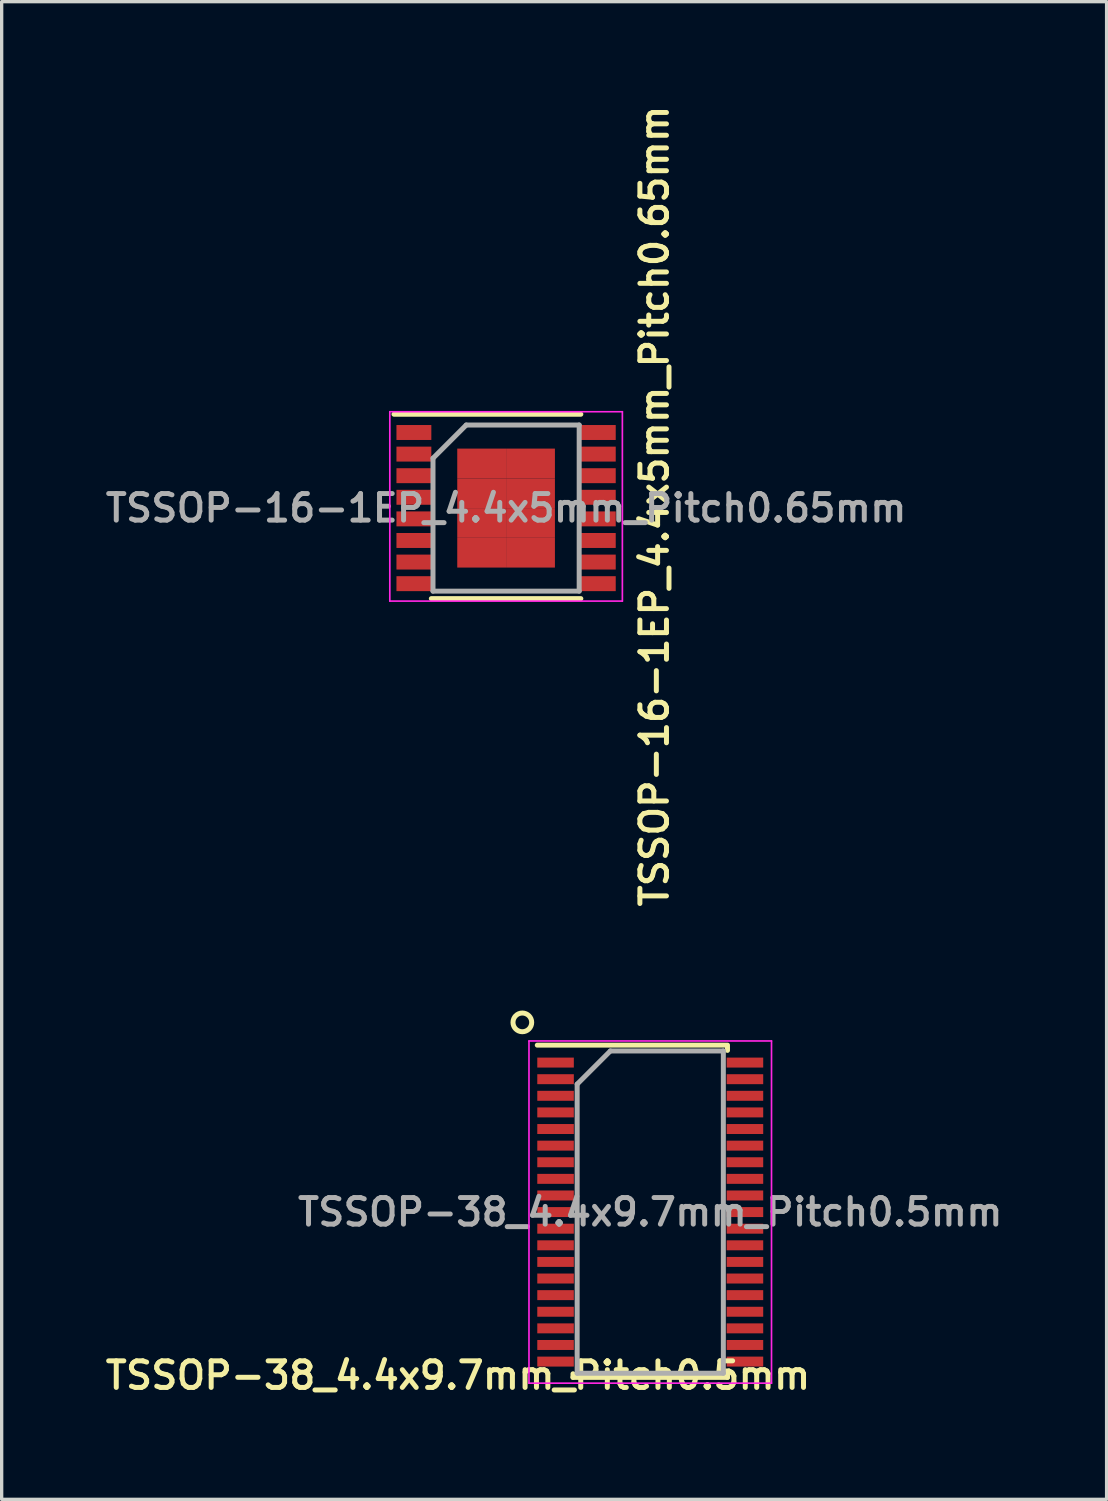
<source format=kicad_pcb>
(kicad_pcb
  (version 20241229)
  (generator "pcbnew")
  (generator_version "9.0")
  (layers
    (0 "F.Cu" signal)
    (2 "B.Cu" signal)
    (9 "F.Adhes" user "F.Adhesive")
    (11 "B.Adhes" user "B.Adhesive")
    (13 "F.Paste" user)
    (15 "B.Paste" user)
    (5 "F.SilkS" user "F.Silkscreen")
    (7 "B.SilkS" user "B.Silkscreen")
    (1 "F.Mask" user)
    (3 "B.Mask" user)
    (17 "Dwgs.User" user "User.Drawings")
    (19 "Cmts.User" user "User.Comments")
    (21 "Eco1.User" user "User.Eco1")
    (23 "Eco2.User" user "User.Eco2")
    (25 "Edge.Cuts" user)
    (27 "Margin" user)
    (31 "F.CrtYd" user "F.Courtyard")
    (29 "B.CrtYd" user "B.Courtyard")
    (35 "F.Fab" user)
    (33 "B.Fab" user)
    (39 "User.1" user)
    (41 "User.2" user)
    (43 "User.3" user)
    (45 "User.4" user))
  (footprint "TSSOP-16-1EP_4.4x5mm_Pitch0.65mm"
    (layer "F.Cu")
    (at 12.183 12.243)
    (property "Reference" "TSSOP-16-1EP_4.4x5mm_Pitch0.65mm" (at 4.465 -0.06 90) (layer "F.SilkS") (effects (font (size 0.8 0.8) (thickness 0.15))))
    (attr smd)
    (fp_line (start -3.375 -2.825) (end 2.25 -2.825) (stroke (width 0.15) (type solid)) (layer "F.SilkS"))
    (fp_line (start -2.25 2.725) (end 2.25 2.725) (stroke (width 0.15) (type solid)) (layer "F.SilkS"))
    (fp_line (start -3.5 -2.9) (end -3.5 2.8) (stroke (width 0.05) (type solid)) (layer "F.CrtYd"))
    (fp_line (start -3.5 -2.9) (end 3.5 -2.9) (stroke (width 0.05) (type solid)) (layer "F.CrtYd"))
    (fp_line (start -3.5 2.8) (end 3.5 2.8) (stroke (width 0.05) (type solid)) (layer "F.CrtYd"))
    (fp_line (start 3.5 -2.9) (end 3.5 2.8) (stroke (width 0.05) (type solid)) (layer "F.CrtYd"))
    (fp_line (start -2.2 -1.5) (end -1.2 -2.5) (stroke (width 0.15) (type solid)) (layer "F.Fab"))
    (fp_line (start -2.2 2.5) (end -2.2 -1.5) (stroke (width 0.15) (type solid)) (layer "F.Fab"))
    (fp_line (start -1.2 -2.5) (end 2.2 -2.5) (stroke (width 0.15) (type solid)) (layer "F.Fab"))
    (fp_line (start 2.2 -2.5) (end 2.2 2.5) (stroke (width 0.15) (type solid)) (layer "F.Fab"))
    (fp_line (start 2.2 2.5) (end -2.2 2.5) (stroke (width 0.15) (type solid)) (layer "F.Fab"))
    (fp_text user "${REFERENCE}" (at 0 0 0) (layer "F.Fab") (effects (font (size 0.8 0.8) (thickness 0.15))))
    (pad "1" smd rect (at -2.775 -2.275) (size 1.05 0.45) (layers "F.Cu" "F.Mask" "F.Paste"))
    (pad "2" smd rect (at -2.775 -1.625) (size 1.05 0.45) (layers "F.Cu" "F.Mask" "F.Paste"))
    (pad "3" smd rect (at -2.775 -0.975) (size 1.05 0.45) (layers "F.Cu" "F.Mask" "F.Paste"))
    (pad "4" smd rect (at -2.775 -0.325) (size 1.05 0.45) (layers "F.Cu" "F.Mask" "F.Paste"))
    (pad "5" smd rect (at -2.775 0.325) (size 1.05 0.45) (layers "F.Cu" "F.Mask" "F.Paste"))
    (pad "6" smd rect (at -2.775 0.975) (size 1.05 0.45) (layers "F.Cu" "F.Mask" "F.Paste"))
    (pad "7" smd rect (at -2.775 1.625) (size 1.05 0.45) (layers "F.Cu" "F.Mask" "F.Paste"))
    (pad "8" smd rect (at -2.775 2.275) (size 1.05 0.45) (layers "F.Cu" "F.Mask" "F.Paste"))
    (pad "9" smd rect (at 2.775 2.275) (size 1.05 0.45) (layers "F.Cu" "F.Mask" "F.Paste"))
    (pad "10" smd rect (at 2.775 1.625) (size 1.05 0.45) (layers "F.Cu" "F.Mask" "F.Paste"))
    (pad "11" smd rect (at 2.775 0.975) (size 1.05 0.45) (layers "F.Cu" "F.Mask" "F.Paste"))
    (pad "12" smd rect (at 2.775 0.325) (size 1.05 0.45) (layers "F.Cu" "F.Mask" "F.Paste"))
    (pad "13" smd rect (at 2.775 -0.325) (size 1.05 0.45) (layers "F.Cu" "F.Mask" "F.Paste"))
    (pad "14" smd rect (at 2.775 -0.975) (size 1.05 0.45) (layers "F.Cu" "F.Mask" "F.Paste"))
    (pad "15" smd rect (at 2.775 -1.625) (size 1.05 0.45) (layers "F.Cu" "F.Mask" "F.Paste"))
    (pad "16" smd rect (at 2.775 -2.275) (size 1.05 0.45) (layers "F.Cu" "F.Mask" "F.Paste"))
    (pad "17" smd rect (at -0.735 -1.343) (size 1.47 0.895) (layers "F.Cu" "F.Mask" "F.Paste"))
    (pad "17" smd rect (at -0.735 -0.448) (size 1.47 0.895) (layers "F.Cu" "F.Mask" "F.Paste"))
    (pad "17" smd rect (at -0.735 0.448) (size 1.47 0.895) (layers "F.Cu" "F.Mask" "F.Paste"))
    (pad "17" smd rect (at -0.735 1.343) (size 1.47 0.895) (layers "F.Cu" "F.Mask" "F.Paste"))
    (pad "17" smd rect (at 0.735 -1.343) (size 1.47 0.895) (layers "F.Cu" "F.Mask" "F.Paste"))
    (pad "17" smd rect (at 0.735 -0.448) (size 1.47 0.895) (layers "F.Cu" "F.Mask" "F.Paste"))
    (pad "17" smd rect (at 0.735 0.448) (size 1.47 0.895) (layers "F.Cu" "F.Mask" "F.Paste"))
    (pad "17" smd rect (at 0.735 1.343) (size 1.47 0.895) (layers "F.Cu" "F.Mask" "F.Paste")))
  (footprint "TSSOP-38_4.4x9.7mm_Pitch0.5mm"
    (layer "F.Cu")
    (at 16.522 33.433)
    (property "Reference" "TSSOP-38_4.4x9.7mm_Pitch0.5mm" (at -5.787 4.915 0) (layer "F.SilkS") (effects (font (size 0.8 0.8) (thickness 0.15))))
    (attr smd)
    (fp_line (start -3.4 -5.025) (end 2.325 -5.025) (stroke (width 0.15) (type solid)) (layer "F.SilkS"))
    (fp_line (start -2.325 4.975) (end -2.325 4.867) (stroke (width 0.15) (type solid)) (layer "F.SilkS"))
    (fp_line (start -2.325 4.975) (end 2.325 4.975) (stroke (width 0.15) (type solid)) (layer "F.SilkS"))
    (fp_line (start 2.325 -4.975) (end 2.325 -4.867) (stroke (width 0.15) (type solid)) (layer "F.SilkS"))
    (fp_line (start 2.325 4.975) (end 2.325 4.867) (stroke (width 0.15) (type solid)) (layer "F.SilkS"))
    (fp_circle (center -3.85 -5.71) (end -3.58 -5.63) (stroke (width 0.15) (type solid)) (fill no) (layer "F.SilkS"))
    (fp_line (start -3.65 -5.15) (end -3.65 5.15) (stroke (width 0.05) (type solid)) (layer "F.CrtYd"))
    (fp_line (start -3.65 -5.15) (end 3.65 -5.15) (stroke (width 0.05) (type solid)) (layer "F.CrtYd"))
    (fp_line (start -3.65 5.15) (end 3.65 5.15) (stroke (width 0.05) (type solid)) (layer "F.CrtYd"))
    (fp_line (start 3.65 -5.15) (end 3.65 5.15) (stroke (width 0.05) (type solid)) (layer "F.CrtYd"))
    (fp_line (start -2.2 -3.85) (end -1.2 -4.85) (stroke (width 0.15) (type solid)) (layer "F.Fab"))
    (fp_line (start -2.2 4.85) (end -2.2 -3.85) (stroke (width 0.15) (type solid)) (layer "F.Fab"))
    (fp_line (start -1.2 -4.85) (end 2.2 -4.85) (stroke (width 0.15) (type solid)) (layer "F.Fab"))
    (fp_line (start 2.2 -4.85) (end 2.2 4.85) (stroke (width 0.15) (type solid)) (layer "F.Fab"))
    (fp_line (start 2.2 4.85) (end -2.2 4.85) (stroke (width 0.15) (type solid)) (layer "F.Fab"))
    (fp_text user "${REFERENCE}" (at 0 0 0) (layer "F.Fab") (effects (font (size 0.8 0.8) (thickness 0.15))))
    (pad "1" smd rect (at -2.85 -4.5) (size 1.1 0.3) (layers "F.Cu" "F.Mask" "F.Paste"))
    (pad "2" smd rect (at -2.85 -4) (size 1.1 0.3) (layers "F.Cu" "F.Mask" "F.Paste"))
    (pad "3" smd rect (at -2.85 -3.5) (size 1.1 0.3) (layers "F.Cu" "F.Mask" "F.Paste"))
    (pad "4" smd rect (at -2.85 -3) (size 1.1 0.3) (layers "F.Cu" "F.Mask" "F.Paste"))
    (pad "5" smd rect (at -2.85 -2.5) (size 1.1 0.3) (layers "F.Cu" "F.Mask" "F.Paste"))
    (pad "6" smd rect (at -2.85 -2) (size 1.1 0.3) (layers "F.Cu" "F.Mask" "F.Paste"))
    (pad "7" smd rect (at -2.85 -1.5) (size 1.1 0.3) (layers "F.Cu" "F.Mask" "F.Paste"))
    (pad "8" smd rect (at -2.85 -1) (size 1.1 0.3) (layers "F.Cu" "F.Mask" "F.Paste"))
    (pad "9" smd rect (at -2.85 -0.5) (size 1.1 0.3) (layers "F.Cu" "F.Mask" "F.Paste"))
    (pad "10" smd rect (at -2.85 0) (size 1.1 0.3) (layers "F.Cu" "F.Mask" "F.Paste"))
    (pad "11" smd rect (at -2.85 0.5) (size 1.1 0.3) (layers "F.Cu" "F.Mask" "F.Paste"))
    (pad "12" smd rect (at -2.85 1) (size 1.1 0.3) (layers "F.Cu" "F.Mask" "F.Paste"))
    (pad "13" smd rect (at -2.85 1.5) (size 1.1 0.3) (layers "F.Cu" "F.Mask" "F.Paste"))
    (pad "14" smd rect (at -2.85 2) (size 1.1 0.3) (layers "F.Cu" "F.Mask" "F.Paste"))
    (pad "15" smd rect (at -2.85 2.5) (size 1.1 0.3) (layers "F.Cu" "F.Mask" "F.Paste"))
    (pad "16" smd rect (at -2.85 3) (size 1.1 0.3) (layers "F.Cu" "F.Mask" "F.Paste"))
    (pad "17" smd rect (at -2.85 3.5) (size 1.1 0.3) (layers "F.Cu" "F.Mask" "F.Paste"))
    (pad "18" smd rect (at -2.85 4) (size 1.1 0.3) (layers "F.Cu" "F.Mask" "F.Paste"))
    (pad "19" smd rect (at -2.85 4.5) (size 1.1 0.3) (layers "F.Cu" "F.Mask" "F.Paste"))
    (pad "20" smd rect (at 2.85 4.5) (size 1.1 0.3) (layers "F.Cu" "F.Mask" "F.Paste"))
    (pad "21" smd rect (at 2.85 4) (size 1.1 0.3) (layers "F.Cu" "F.Mask" "F.Paste"))
    (pad "22" smd rect (at 2.85 3.5) (size 1.1 0.3) (layers "F.Cu" "F.Mask" "F.Paste"))
    (pad "23" smd rect (at 2.85 3) (size 1.1 0.3) (layers "F.Cu" "F.Mask" "F.Paste"))
    (pad "24" smd rect (at 2.85 2.5) (size 1.1 0.3) (layers "F.Cu" "F.Mask" "F.Paste"))
    (pad "25" smd rect (at 2.85 2) (size 1.1 0.3) (layers "F.Cu" "F.Mask" "F.Paste"))
    (pad "26" smd rect (at 2.85 1.5) (size 1.1 0.3) (layers "F.Cu" "F.Mask" "F.Paste"))
    (pad "27" smd rect (at 2.85 1) (size 1.1 0.3) (layers "F.Cu" "F.Mask" "F.Paste"))
    (pad "28" smd rect (at 2.85 0.5) (size 1.1 0.3) (layers "F.Cu" "F.Mask" "F.Paste"))
    (pad "29" smd rect (at 2.85 0) (size 1.1 0.3) (layers "F.Cu" "F.Mask" "F.Paste"))
    (pad "30" smd rect (at 2.85 -0.5) (size 1.1 0.3) (layers "F.Cu" "F.Mask" "F.Paste"))
    (pad "31" smd rect (at 2.85 -1) (size 1.1 0.3) (layers "F.Cu" "F.Mask" "F.Paste"))
    (pad "32" smd rect (at 2.85 -1.5) (size 1.1 0.3) (layers "F.Cu" "F.Mask" "F.Paste"))
    (pad "33" smd rect (at 2.85 -2) (size 1.1 0.3) (layers "F.Cu" "F.Mask" "F.Paste"))
    (pad "34" smd rect (at 2.85 -2.5) (size 1.1 0.3) (layers "F.Cu" "F.Mask" "F.Paste"))
    (pad "35" smd rect (at 2.85 -3) (size 1.1 0.3) (layers "F.Cu" "F.Mask" "F.Paste"))
    (pad "36" smd rect (at 2.85 -3.5) (size 1.1 0.3) (layers "F.Cu" "F.Mask" "F.Paste"))
    (pad "37" smd rect (at 2.85 -4) (size 1.1 0.3) (layers "F.Cu" "F.Mask" "F.Paste"))
    (pad "38" smd rect (at 2.85 -4.5) (size 1.1 0.3) (layers "F.Cu" "F.Mask" "F.Paste")))
  (gr_rect
    (start -3 -3)
    (end 30.258 42.079)
    (stroke (width 0.1) (type default))
    (fill no)
    (layer "Edge.Cuts")))
</source>
